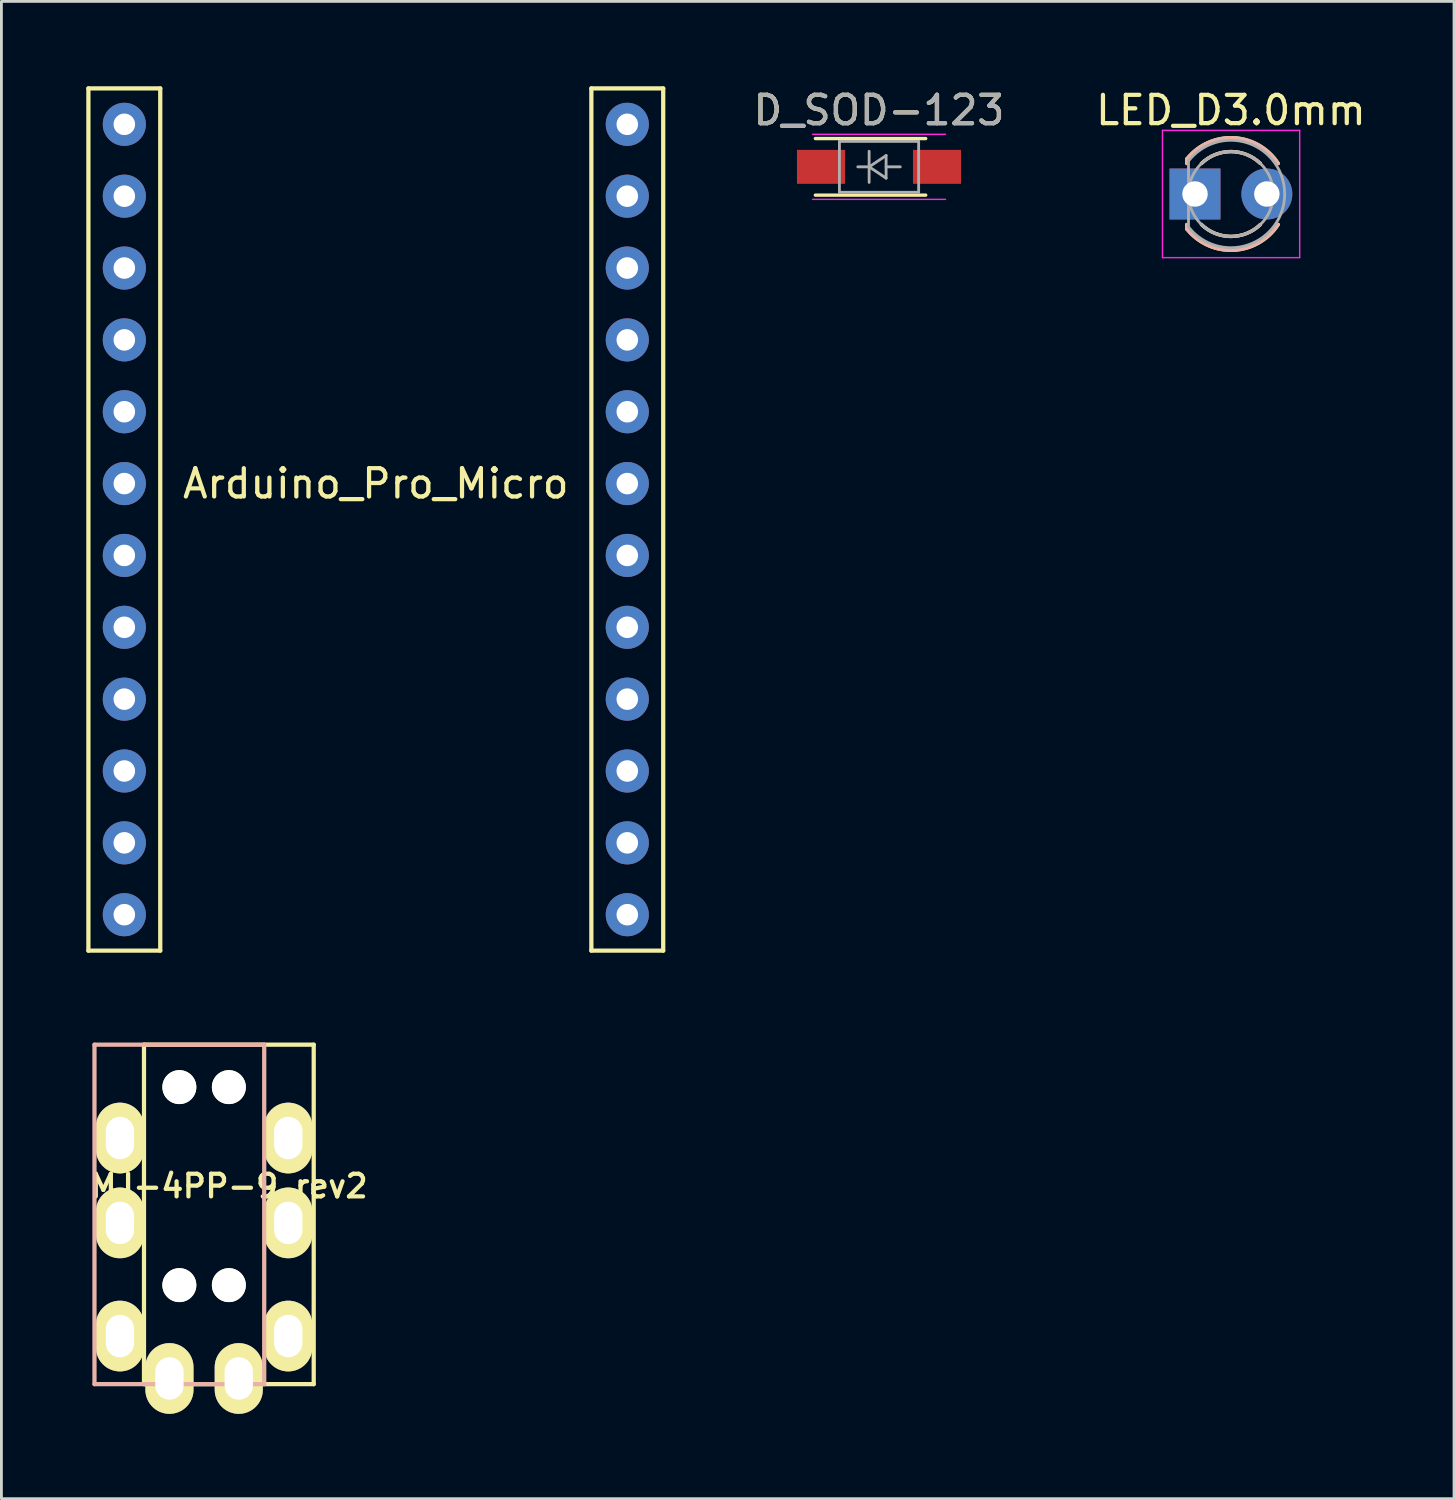
<source format=kicad_pcb>
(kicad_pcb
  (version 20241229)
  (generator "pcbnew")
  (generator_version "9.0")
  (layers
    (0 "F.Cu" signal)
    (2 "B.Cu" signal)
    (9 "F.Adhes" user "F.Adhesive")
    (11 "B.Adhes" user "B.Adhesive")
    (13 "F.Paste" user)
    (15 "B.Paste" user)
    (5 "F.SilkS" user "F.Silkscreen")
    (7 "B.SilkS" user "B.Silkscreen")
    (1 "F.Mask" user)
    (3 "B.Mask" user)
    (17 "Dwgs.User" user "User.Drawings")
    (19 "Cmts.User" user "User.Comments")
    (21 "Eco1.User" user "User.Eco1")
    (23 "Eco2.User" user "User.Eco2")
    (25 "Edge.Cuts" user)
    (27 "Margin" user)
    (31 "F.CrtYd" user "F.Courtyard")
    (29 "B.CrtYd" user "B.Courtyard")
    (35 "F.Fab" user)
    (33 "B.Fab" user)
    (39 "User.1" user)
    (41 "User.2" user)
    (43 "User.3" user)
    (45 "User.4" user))
  (footprint "MJ-4PP-9_rev2"
    (layer "F.Cu")
    (at 5.04 33.88)
    (property "Reference" "MJ-4PP-9_rev2" (at 0 5 0) (layer "F.SilkS") (effects (font (size 0.8 0.8) (thickness 0.15))))
    (attr through_hole)
    (fp_line (start -3 0) (end 3 0) (stroke (width 0.15) (type solid)) (layer "F.SilkS"))
    (fp_line (start -3 12) (end -3 0) (stroke (width 0.15) (type solid)) (layer "F.SilkS"))
    (fp_line (start 3 0) (end 3 12) (stroke (width 0.15) (type solid)) (layer "F.SilkS"))
    (fp_line (start 3 12) (end -3 12) (stroke (width 0.15) (type solid)) (layer "F.SilkS"))
    (fp_line (start -4.75 0) (end 1.25 0) (stroke (width 0.15) (type solid)) (layer "B.SilkS"))
    (fp_line (start -4.75 12) (end -4.75 0) (stroke (width 0.15) (type solid)) (layer "B.SilkS"))
    (fp_line (start 1.25 0) (end 1.25 12) (stroke (width 0.15) (type solid)) (layer "B.SilkS"))
    (fp_line (start 1.25 12) (end -4.75 12) (stroke (width 0.15) (type solid)) (layer "B.SilkS"))
    (pad "" np_thru_hole circle (at -1.75 1.5) (size 1.2 1.2) (drill 1.2) (layers "*.Cu" "*.Mask" "F.SilkS"))
    (pad "" np_thru_hole circle (at -1.75 8.5) (size 1.2 1.2) (drill 1.2) (layers "*.Cu" "*.Mask" "F.SilkS"))
    (pad "" np_thru_hole circle (at 0 1.5) (size 1.2 1.2) (drill 1.2) (layers "*.Cu" "*.Mask" "F.SilkS"))
    (pad "" np_thru_hole circle (at 0 8.5) (size 1.2 1.2) (drill 1.2) (layers "*.Cu" "*.Mask" "F.SilkS"))
    (pad "A" thru_hole oval (at -2.1 11.8) (size 1.7 2.5) (drill oval 1 1.5) (layers "*.Cu" "*.Mask" "F.SilkS"))
    (pad "A" thru_hole oval (at 0.35 11.8) (size 1.7 2.5) (drill oval 1 1.5) (layers "*.Cu" "*.Mask" "F.SilkS"))
    (pad "B" thru_hole oval (at -3.85 3.3) (size 1.7 2.5) (drill oval 1 1.5) (layers "*.Cu" "*.Mask" "F.SilkS"))
    (pad "B" thru_hole oval (at 2.1 3.3) (size 1.7 2.5) (drill oval 1 1.5) (layers "*.Cu" "*.Mask" "F.SilkS"))
    (pad "C" thru_hole oval (at -3.85 6.3) (size 1.7 2.5) (drill oval 1 1.5) (layers "*.Cu" "*.Mask" "F.SilkS"))
    (pad "C" thru_hole oval (at 2.1 6.3) (size 1.7 2.5) (drill oval 1 1.5) (layers "*.Cu" "*.Mask" "F.SilkS"))
    (pad "D" thru_hole oval (at -3.85 10.3) (size 1.7 2.5) (drill oval 1 1.5) (layers "*.Cu" "*.Mask" "F.SilkS"))
    (pad "D" thru_hole oval (at 2.1 10.3) (size 1.7 2.5) (drill oval 1 1.5) (layers "*.Cu" "*.Mask" "F.SilkS")))
  (footprint "LED_D3.0mm"
    (layer "F.Cu")
    (at 39.194 3.808)
    (property "Reference" "LED_D3.0mm" (at 1.27 -2.96 0) (layer "F.SilkS") (effects (font (size 1 1) (thickness 0.15))))
    (attr through_hole)
    (fp_line (start -0.29 -1.236) (end -0.29 -1.08) (stroke (width 0.12) (type solid)) (layer "F.SilkS"))
    (fp_line (start -0.29 1.08) (end -0.29 1.236) (stroke (width 0.12) (type solid)) (layer "F.SilkS"))
    (fp_arc (start -0.29 -1.235516) (mid 1.366487 -1.987659) (end 2.942335 -1.078608) (stroke (width 0.12) (type solid)) (layer "F.SilkS"))
    (fp_arc (start 0.229039 -1.08) (mid 1.270117 -1.5) (end 2.31113 -1.079837) (stroke (width 0.12) (type solid)) (layer "F.SilkS"))
    (fp_arc (start 2.31113 1.079837) (mid 1.270117 1.5) (end 0.229039 1.08) (stroke (width 0.12) (type solid)) (layer "F.SilkS"))
    (fp_arc (start 2.942335 1.078608) (mid 1.366487 1.987659) (end -0.29 1.235516) (stroke (width 0.12) (type solid)) (layer "F.SilkS"))
    (fp_line (start -0.29 -1.236) (end -0.29 -1.08) (stroke (width 0.12) (type solid)) (layer "B.SilkS"))
    (fp_line (start -0.29 1.08) (end -0.29 1.236) (stroke (width 0.12) (type solid)) (layer "B.SilkS"))
    (fp_arc (start -0.29 -1.235516) (mid 1.366487 -1.987659) (end 2.942335 -1.078608) (stroke (width 0.12) (type solid)) (layer "B.SilkS"))
    (fp_arc (start 0.229039 -1.08) (mid 1.270117 -1.5) (end 2.31113 -1.079837) (stroke (width 0.12) (type solid)) (layer "B.SilkS"))
    (fp_arc (start 2.31113 1.079837) (mid 1.270117 1.5) (end 0.229039 1.08) (stroke (width 0.12) (type solid)) (layer "B.SilkS"))
    (fp_arc (start 2.942335 1.078608) (mid 1.366487 1.987659) (end -0.29 1.235516) (stroke (width 0.12) (type solid)) (layer "B.SilkS"))
    (fp_line (start -1.15 -2.25) (end -1.15 2.25) (stroke (width 0.05) (type solid)) (layer "F.CrtYd"))
    (fp_line (start -1.15 2.25) (end 3.7 2.25) (stroke (width 0.05) (type solid)) (layer "F.CrtYd"))
    (fp_line (start 3.7 -2.25) (end -1.15 -2.25) (stroke (width 0.05) (type solid)) (layer "F.CrtYd"))
    (fp_line (start 3.7 2.25) (end 3.7 -2.25) (stroke (width 0.05) (type solid)) (layer "F.CrtYd"))
    (fp_line (start -0.23 -1.166) (end -0.23 1.166) (stroke (width 0.1) (type solid)) (layer "F.Fab"))
    (fp_arc (start -0.23 -1.16619) (mid 3.17 0.000452) (end -0.230555 1.165476) (stroke (width 0.1) (type solid)) (layer "F.Fab"))
    (fp_circle (center 1.27 0) (end 2.77 0) (stroke (width 0.1) (type solid)) (fill no) (layer "F.Fab"))
    (pad "1" thru_hole rect (at 0 0) (size 1.8 1.8) (drill 0.9) (layers "*.Cu" "*.Mask"))
    (pad "2" thru_hole circle (at 2.54 0) (size 1.8 1.8) (drill 0.9) (layers "*.Cu" "*.Mask")))
  (footprint "D_SOD-123"
    (layer "F.Cu")
    (at 28.024 2.848)
    (property "Reference" "D_SOD-123" (at 0 -2 0) (layer "F.SilkS") (effects (font (size 1 1) (thickness 0.15))))
    (attr smd)
    (fp_line (start -2.25 -1) (end 1.65 -1) (stroke (width 0.12) (type solid)) (layer "F.SilkS"))
    (fp_line (start -2.25 1) (end 1.65 1) (stroke (width 0.12) (type solid)) (layer "F.SilkS"))
    (fp_line (start -2.35 -1.15) (end 2.35 -1.15) (stroke (width 0.05) (type solid)) (layer "F.CrtYd"))
    (fp_line (start 2.35 1.15) (end -2.35 1.15) (stroke (width 0.05) (type solid)) (layer "F.CrtYd"))
    (fp_line (start -1.4 -0.9) (end 1.4 -0.9) (stroke (width 0.1) (type solid)) (layer "F.Fab"))
    (fp_line (start -1.4 0.9) (end -1.4 -0.9) (stroke (width 0.1) (type solid)) (layer "F.Fab"))
    (fp_line (start -0.75 0) (end -0.35 0) (stroke (width 0.1) (type solid)) (layer "F.Fab"))
    (fp_line (start -0.35 0) (end -0.35 -0.55) (stroke (width 0.1) (type solid)) (layer "F.Fab"))
    (fp_line (start -0.35 0) (end -0.35 0.55) (stroke (width 0.1) (type solid)) (layer "F.Fab"))
    (fp_line (start -0.35 0) (end 0.25 -0.4) (stroke (width 0.1) (type solid)) (layer "F.Fab"))
    (fp_line (start 0.25 -0.4) (end 0.25 0.4) (stroke (width 0.1) (type solid)) (layer "F.Fab"))
    (fp_line (start 0.25 0) (end 0.75 0) (stroke (width 0.1) (type solid)) (layer "F.Fab"))
    (fp_line (start 0.25 0.4) (end -0.35 0) (stroke (width 0.1) (type solid)) (layer "F.Fab"))
    (fp_line (start 1.4 -0.9) (end 1.4 0.9) (stroke (width 0.1) (type solid)) (layer "F.Fab"))
    (fp_line (start 1.4 0.9) (end -1.4 0.9) (stroke (width 0.1) (type solid)) (layer "F.Fab"))
    (fp_text user "${REFERENCE}" (at 0 -2 0) (layer "F.Fab") (effects (font (size 1 1) (thickness 0.15))))
    (pad "1" smd rect (at -1.65 0) (size 1.7 1.2) (drill (offset -0.4 0)) (layers "F.Cu" "F.Mask" "F.Paste"))
    (pad "2" smd rect (at 1.65 0) (size 1.7 1.2) (drill (offset 0.4 0)) (layers "F.Cu" "F.Mask" "F.Paste")))
  (footprint "Arduino_Pro_Micro"
    (layer "F.Cu")
    (at 10.235 15.315)
    (property "Reference" "Arduino_Pro_Micro" (at 0 -1.27 0) (layer "F.SilkS") (effects (font (size 1 1) (thickness 0.15))))
    (attr through_hole)
    (fp_line (start -10.16 -15.24) (end -10.16 15.24) (stroke (width 0.15) (type solid)) (layer "F.SilkS"))
    (fp_line (start -10.16 15.24) (end -7.62 15.24) (stroke (width 0.15) (type solid)) (layer "F.SilkS"))
    (fp_line (start -7.62 -15.24) (end -10.16 -15.24) (stroke (width 0.15) (type solid)) (layer "F.SilkS"))
    (fp_line (start -7.62 15.24) (end -7.62 -15.24) (stroke (width 0.15) (type solid)) (layer "F.SilkS"))
    (fp_line (start 7.62 -15.24) (end 7.62 15.24) (stroke (width 0.15) (type solid)) (layer "F.SilkS"))
    (fp_line (start 7.62 15.24) (end 10.16 15.24) (stroke (width 0.15) (type solid)) (layer "F.SilkS"))
    (fp_line (start 10.16 -15.24) (end 7.62 -15.24) (stroke (width 0.15) (type solid)) (layer "F.SilkS"))
    (fp_line (start 10.16 15.24) (end 10.16 -15.24) (stroke (width 0.15) (type solid)) (layer "F.SilkS"))
    (pad "1" thru_hole circle (at -8.89 -13.97) (size 1.524 1.524) (drill 0.762) (layers "*.Cu" "*.Mask"))
    (pad "2" thru_hole circle (at -8.89 -11.43) (size 1.524 1.524) (drill 0.762) (layers "*.Cu" "*.Mask"))
    (pad "3" thru_hole circle (at -8.89 -8.89) (size 1.524 1.524) (drill 0.762) (layers "*.Cu" "*.Mask"))
    (pad "4" thru_hole circle (at -8.89 -6.35) (size 1.524 1.524) (drill 0.762) (layers "*.Cu" "*.Mask"))
    (pad "5" thru_hole circle (at -8.89 -3.81) (size 1.524 1.524) (drill 0.762) (layers "*.Cu" "*.Mask"))
    (pad "6" thru_hole circle (at -8.89 -1.27) (size 1.524 1.524) (drill 0.762) (layers "*.Cu" "*.Mask"))
    (pad "7" thru_hole circle (at -8.89 1.27) (size 1.524 1.524) (drill 0.762) (layers "*.Cu" "*.Mask"))
    (pad "8" thru_hole circle (at -8.89 3.81) (size 1.524 1.524) (drill 0.762) (layers "*.Cu" "*.Mask"))
    (pad "9" thru_hole circle (at -8.89 6.35) (size 1.524 1.524) (drill 0.762) (layers "*.Cu" "*.Mask"))
    (pad "10" thru_hole circle (at -8.89 8.89) (size 1.524 1.524) (drill 0.762) (layers "*.Cu" "*.Mask"))
    (pad "11" thru_hole circle (at -8.89 11.43) (size 1.524 1.524) (drill 0.762) (layers "*.Cu" "*.Mask"))
    (pad "12" thru_hole circle (at -8.89 13.97) (size 1.524 1.524) (drill 0.762) (layers "*.Cu" "*.Mask"))
    (pad "13" thru_hole circle (at 8.89 13.97) (size 1.524 1.524) (drill 0.762) (layers "*.Cu" "*.Mask"))
    (pad "14" thru_hole circle (at 8.89 11.43) (size 1.524 1.524) (drill 0.762) (layers "*.Cu" "*.Mask"))
    (pad "15" thru_hole circle (at 8.89 8.89) (size 1.524 1.524) (drill 0.762) (layers "*.Cu" "*.Mask"))
    (pad "16" thru_hole circle (at 8.89 6.35) (size 1.524 1.524) (drill 0.762) (layers "*.Cu" "*.Mask"))
    (pad "17" thru_hole circle (at 8.89 3.81) (size 1.524 1.524) (drill 0.762) (layers "*.Cu" "*.Mask"))
    (pad "18" thru_hole circle (at 8.89 1.27) (size 1.524 1.524) (drill 0.762) (layers "*.Cu" "*.Mask"))
    (pad "19" thru_hole circle (at 8.89 -1.27) (size 1.524 1.524) (drill 0.762) (layers "*.Cu" "*.Mask"))
    (pad "20" thru_hole circle (at 8.89 -3.81) (size 1.524 1.524) (drill 0.762) (layers "*.Cu" "*.Mask"))
    (pad "21" thru_hole circle (at 8.89 -6.35) (size 1.524 1.524) (drill 0.762) (layers "*.Cu" "*.Mask"))
    (pad "22" thru_hole circle (at 8.89 -8.89) (size 1.524 1.524) (drill 0.762) (layers "*.Cu" "*.Mask"))
    (pad "23" thru_hole circle (at 8.89 -11.43) (size 1.524 1.524) (drill 0.762) (layers "*.Cu" "*.Mask"))
    (pad "24" thru_hole circle (at 8.89 -13.97) (size 1.524 1.524) (drill 0.762) (layers "*.Cu" "*.Mask")))
  (gr_rect
    (start -3 -3)
    (end 48.351 49.93)
    (stroke (width 0.1) (type default))
    (fill no)
    (layer "Edge.Cuts")))
</source>
